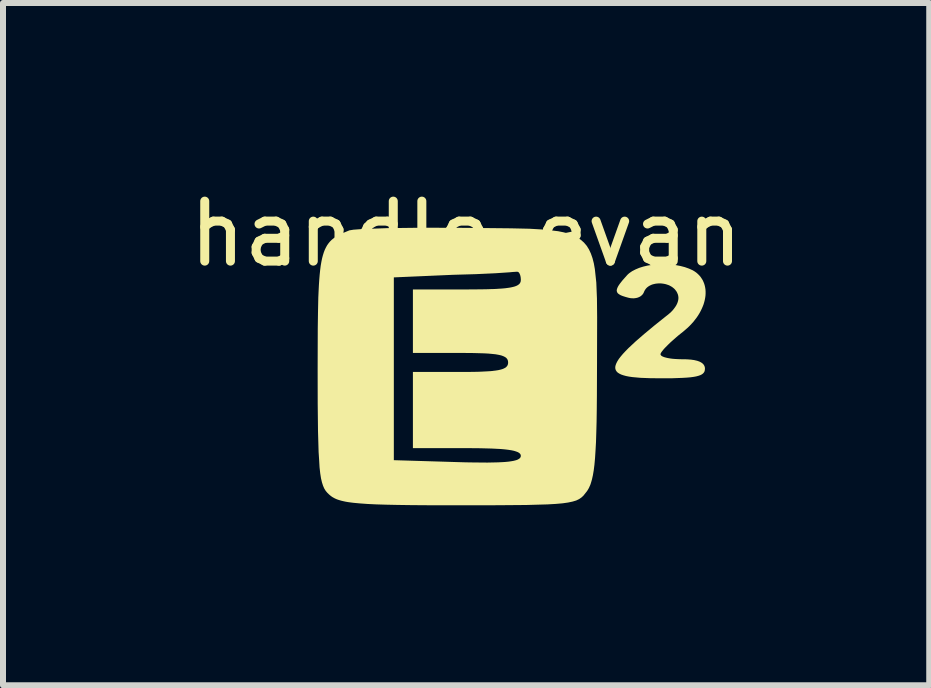
<source format=kicad_pcb>
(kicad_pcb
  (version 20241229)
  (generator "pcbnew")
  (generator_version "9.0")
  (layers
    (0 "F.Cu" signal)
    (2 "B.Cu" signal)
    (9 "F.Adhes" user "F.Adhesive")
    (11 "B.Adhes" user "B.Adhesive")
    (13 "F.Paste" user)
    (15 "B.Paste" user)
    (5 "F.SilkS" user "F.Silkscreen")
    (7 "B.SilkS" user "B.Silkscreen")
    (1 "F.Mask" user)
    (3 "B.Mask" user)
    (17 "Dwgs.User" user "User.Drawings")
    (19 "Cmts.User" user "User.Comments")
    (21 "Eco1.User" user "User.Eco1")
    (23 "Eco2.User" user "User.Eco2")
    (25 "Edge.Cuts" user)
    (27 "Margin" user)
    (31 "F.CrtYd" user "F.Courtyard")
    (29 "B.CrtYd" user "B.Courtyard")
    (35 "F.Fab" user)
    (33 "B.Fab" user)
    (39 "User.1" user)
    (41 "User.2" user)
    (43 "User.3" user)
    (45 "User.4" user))
  (footprint "handle_evan"
    (layer "F.Cu")
    (at 4.69 3.288)
    (property "Reference" "handle_evan" (at 0.03 -2.44 0) (unlocked yes) (layer "F.SilkS") (effects (font (size 1 1) (thickness 0.15))))
    (attr smd)
    (fp_poly (pts (xy 3.368 -1.934) (xy 3.448 -1.929) (xy 3.526 -1.919) (xy 3.603 -1.904) (xy 3.676 -1.885) (xy 3.746 -1.86) (xy 3.81 -1.831) (xy 3.841 -1.812) (xy 3.869 -1.792) (xy 3.894 -1.77) (xy 3.918 -1.746) (xy 3.939 -1.721) (xy 3.957 -1.694) (xy 3.974 -1.667) (xy 3.987 -1.638) (xy 3.999 -1.608) (xy 4.008 -1.577) (xy 4.015 -1.545) (xy 4.02 -1.512) (xy 4.022 -1.478) (xy 4.022 -1.444) (xy 4.02 -1.409) (xy 4.015 -1.373) (xy 4.008 -1.337) (xy 3.999 -1.301) (xy 3.988 -1.264) (xy 3.974 -1.228) (xy 3.958 -1.191) (xy 3.94 -1.154) (xy 3.92 -1.117) (xy 3.898 -1.081) (xy 3.873 -1.044) (xy 3.846 -1.009) (xy 3.818 -0.973) (xy 3.786 -0.938) (xy 3.753 -0.903) (xy 3.718 -0.87) (xy 3.68 -0.837) (xy 3.641 -0.804) (xy 3.603 -0.774) (xy 3.567 -0.745) (xy 3.532 -0.715) (xy 3.498 -0.685) (xy 3.466 -0.657) (xy 3.435 -0.629) (xy 3.406 -0.601) (xy 3.38 -0.575) (xy 3.356 -0.551) (xy 3.334 -0.528) (xy 3.316 -0.507) (xy 3.3 -0.487) (xy 3.287 -0.47) (xy 3.278 -0.455) (xy 3.275 -0.449) (xy 3.272 -0.443) (xy 3.271 -0.438) (xy 3.27 -0.434) (xy 3.271 -0.429) (xy 3.272 -0.424) (xy 3.275 -0.42) (xy 3.278 -0.415) (xy 3.287 -0.406) (xy 3.3 -0.398) (xy 3.316 -0.391) (xy 3.334 -0.384) (xy 3.356 -0.378) (xy 3.38 -0.372) (xy 3.406 -0.367) (xy 3.435 -0.362) (xy 3.466 -0.358) (xy 3.498 -0.355) (xy 3.532 -0.353) (xy 3.567 -0.351) (xy 3.603 -0.35) (xy 3.641 -0.349) (xy 3.664 -0.349) (xy 3.687 -0.349) (xy 3.708 -0.348) (xy 3.73 -0.347) (xy 3.75 -0.345) (xy 3.769 -0.344) (xy 3.788 -0.342) (xy 3.806 -0.339) (xy 3.823 -0.337) (xy 3.839 -0.334) (xy 3.855 -0.33) (xy 3.869 -0.327) (xy 3.884 -0.323) (xy 3.897 -0.319) (xy 3.909 -0.314) (xy 3.921 -0.31) (xy 3.932 -0.304) (xy 3.942 -0.299) (xy 3.952 -0.293) (xy 3.961 -0.287) (xy 3.969 -0.281) (xy 3.976 -0.274) (xy 3.983 -0.267) (xy 3.989 -0.26) (xy 3.994 -0.252) (xy 3.999 -0.244) (xy 4.002 -0.236) (xy 4.006 -0.228) (xy 4.008 -0.219) (xy 4.01 -0.21) (xy 4.011 -0.2) (xy 4.011 -0.19) (xy 4.009 -0.168) (xy 4.004 -0.147) (xy 3.994 -0.129) (xy 3.979 -0.112) (xy 3.959 -0.097) (xy 3.933 -0.084) (xy 3.901 -0.073) (xy 3.863 -0.063) (xy 3.818 -0.055) (xy 3.765 -0.048) (xy 3.705 -0.043) (xy 3.636 -0.039) (xy 3.472 -0.033) (xy 3.27 -0.032) (xy 3.09 -0.034) (xy 2.934 -0.04) (xy 2.803 -0.052) (xy 2.746 -0.06) (xy 2.696 -0.07) (xy 2.652 -0.082) (xy 2.614 -0.095) (xy 2.582 -0.111) (xy 2.556 -0.128) (xy 2.537 -0.148) (xy 2.524 -0.17) (xy 2.517 -0.194) (xy 2.516 -0.221) (xy 2.522 -0.25) (xy 2.534 -0.282) (xy 2.552 -0.317) (xy 2.576 -0.355) (xy 2.607 -0.395) (xy 2.644 -0.439) (xy 2.688 -0.486) (xy 2.737 -0.536) (xy 2.856 -0.647) (xy 3 -0.772) (xy 3.17 -0.913) (xy 3.365 -1.069) (xy 3.396 -1.093) (xy 3.424 -1.117) (xy 3.45 -1.141) (xy 3.473 -1.165) (xy 3.493 -1.19) (xy 3.511 -1.214) (xy 3.519 -1.226) (xy 3.527 -1.238) (xy 3.534 -1.25) (xy 3.54 -1.262) (xy 3.546 -1.274) (xy 3.551 -1.286) (xy 3.555 -1.297) (xy 3.559 -1.309) (xy 3.562 -1.321) (xy 3.565 -1.332) (xy 3.567 -1.343) (xy 3.568 -1.355) (xy 3.569 -1.366) (xy 3.569 -1.377) (xy 3.568 -1.388) (xy 3.567 -1.398) (xy 3.565 -1.409) (xy 3.563 -1.419) (xy 3.56 -1.429) (xy 3.556 -1.439) (xy 3.547 -1.46) (xy 3.537 -1.479) (xy 3.524 -1.496) (xy 3.511 -1.513) (xy 3.496 -1.528) (xy 3.479 -1.542) (xy 3.462 -1.555) (xy 3.443 -1.566) (xy 3.424 -1.577) (xy 3.403 -1.586) (xy 3.382 -1.593) (xy 3.361 -1.6) (xy 3.339 -1.605) (xy 3.317 -1.609) (xy 3.294 -1.612) (xy 3.272 -1.614) (xy 3.249 -1.614) (xy 3.227 -1.613) (xy 3.205 -1.611) (xy 3.183 -1.608) (xy 3.162 -1.603) (xy 3.141 -1.598) (xy 3.121 -1.591) (xy 3.102 -1.582) (xy 3.084 -1.573) (xy 3.067 -1.562) (xy 3.051 -1.55) (xy 3.037 -1.537) (xy 3.024 -1.522) (xy 3.013 -1.506) (xy 3.003 -1.489) (xy 2.995 -1.471) (xy 2.992 -1.463) (xy 2.988 -1.456) (xy 2.984 -1.448) (xy 2.98 -1.441) (xy 2.975 -1.435) (xy 2.97 -1.428) (xy 2.958 -1.416) (xy 2.945 -1.405) (xy 2.931 -1.395) (xy 2.915 -1.387) (xy 2.899 -1.38) (xy 2.881 -1.374) (xy 2.862 -1.37) (xy 2.842 -1.367) (xy 2.821 -1.365) (xy 2.799 -1.366) (xy 2.777 -1.367) (xy 2.754 -1.371) (xy 2.731 -1.376) (xy 2.688 -1.388) (xy 2.65 -1.4) (xy 2.633 -1.406) (xy 2.618 -1.412) (xy 2.604 -1.418) (xy 2.592 -1.425) (xy 2.581 -1.432) (xy 2.571 -1.439) (xy 2.562 -1.446) (xy 2.555 -1.454) (xy 2.55 -1.462) (xy 2.546 -1.471) (xy 2.543 -1.48) (xy 2.541 -1.49) (xy 2.541 -1.5) (xy 2.543 -1.511) (xy 2.545 -1.522) (xy 2.55 -1.534) (xy 2.555 -1.547) (xy 2.562 -1.561) (xy 2.57 -1.575) (xy 2.58 -1.59) (xy 2.591 -1.606) (xy 2.604 -1.623) (xy 2.633 -1.66) (xy 2.669 -1.701) (xy 2.709 -1.746) (xy 2.728 -1.766) (xy 2.749 -1.784) (xy 2.773 -1.801) (xy 2.798 -1.818) (xy 2.854 -1.847) (xy 2.916 -1.873) (xy 2.983 -1.894) (xy 3.055 -1.911) (xy 3.13 -1.923) (xy 3.208 -1.931) (xy 3.288 -1.935)) (stroke (width 0) (type solid)) (fill yes) (layer "F.SilkS"))
    (fp_poly (pts (xy 0 -2.54) (xy 0.776 -2.532) (xy 1.084 -2.525) (xy 1.346 -2.51) (xy 1.563 -2.484) (xy 1.657 -2.465) (xy 1.742 -2.442) (xy 1.817 -2.414) (xy 1.884 -2.38) (xy 1.943 -2.34) (xy 1.995 -2.294) (xy 2.04 -2.241) (xy 2.078 -2.18) (xy 2.11 -2.111) (xy 2.137 -2.034) (xy 2.159 -1.948) (xy 2.176 -1.852) (xy 2.2 -1.629) (xy 2.211 -1.362) (xy 2.214 -1.047) (xy 2.212 -0.254) (xy 2.21 0.266) (xy 2.208 0.49) (xy 2.205 0.691) (xy 2.2 0.871) (xy 2.195 1.032) (xy 2.187 1.174) (xy 2.179 1.299) (xy 2.169 1.409) (xy 2.157 1.504) (xy 2.143 1.586) (xy 2.127 1.657) (xy 2.118 1.688) (xy 2.109 1.718) (xy 2.1 1.745) (xy 2.089 1.769) (xy 2.079 1.792) (xy 2.067 1.814) (xy 2.055 1.834) (xy 2.043 1.852) (xy 1.984 1.926) (xy 1.951 1.956) (xy 1.913 1.982) (xy 1.865 2.005) (xy 1.805 2.023) (xy 1.73 2.039) (xy 1.638 2.052) (xy 1.525 2.062) (xy 1.388 2.07) (xy 1.034 2.08) (xy 0.55 2.084) (xy -0.085 2.085) (xy -0.654 2.084) (xy -0.895 2.082) (xy -1.11 2.079) (xy -1.299 2.075) (xy -1.466 2.07) (xy -1.611 2.063) (xy -1.737 2.054) (xy -1.845 2.044) (xy -1.893 2.038) (xy -1.937 2.032) (xy -1.978 2.025) (xy -2.015 2.017) (xy -2.049 2.009) (xy -2.08 2) (xy -2.109 1.991) (xy -2.135 1.981) (xy -2.159 1.97) (xy -2.181 1.958) (xy -2.202 1.946) (xy -2.22 1.933) (xy -2.238 1.919) (xy -2.254 1.905) (xy -2.284 1.876) (xy -2.311 1.844) (xy -2.335 1.805) (xy -2.355 1.759) (xy -2.373 1.703) (xy -2.389 1.635) (xy -2.402 1.552) (xy -2.413 1.453) (xy -2.42 1.333) (xy -1.175 1.333) (xy -0.116 1.365) (xy 0.026 1.369) (xy 0.157 1.371) (xy 0.276 1.372) (xy 0.384 1.373) (xy 0.481 1.371) (xy 0.567 1.369) (xy 0.644 1.365) (xy 0.678 1.363) (xy 0.71 1.36) (xy 0.74 1.357) (xy 0.768 1.353) (xy 0.793 1.349) (xy 0.816 1.345) (xy 0.837 1.34) (xy 0.856 1.335) (xy 0.873 1.33) (xy 0.888 1.324) (xy 0.901 1.317) (xy 0.912 1.31) (xy 0.922 1.303) (xy 0.929 1.295) (xy 0.935 1.287) (xy 0.939 1.278) (xy 0.941 1.269) (xy 0.942 1.259) (xy 0.939 1.242) (xy 0.93 1.227) (xy 0.914 1.212) (xy 0.892 1.199) (xy 0.863 1.188) (xy 0.828 1.177) (xy 0.785 1.168) (xy 0.734 1.16) (xy 0.676 1.153) (xy 0.611 1.147) (xy 0.455 1.139) (xy 0.266 1.134) (xy 0.042 1.132) (xy -0.857 1.132) (xy -0.857 -0.138) (xy -0.064 -0.138) (xy 0.05 -0.138) (xy 0.153 -0.139) (xy 0.246 -0.141) (xy 0.288 -0.143) (xy 0.328 -0.145) (xy 0.366 -0.147) (xy 0.402 -0.149) (xy 0.435 -0.151) (xy 0.467 -0.154) (xy 0.496 -0.158) (xy 0.523 -0.161) (xy 0.548 -0.165) (xy 0.572 -0.169) (xy 0.593 -0.174) (xy 0.613 -0.179) (xy 0.63 -0.184) (xy 0.647 -0.19) (xy 0.661 -0.197) (xy 0.674 -0.203) (xy 0.686 -0.21) (xy 0.696 -0.218) (xy 0.7 -0.222) (xy 0.704 -0.226) (xy 0.708 -0.23) (xy 0.711 -0.235) (xy 0.715 -0.239) (xy 0.717 -0.244) (xy 0.72 -0.248) (xy 0.722 -0.253) (xy 0.726 -0.263) (xy 0.728 -0.274) (xy 0.73 -0.285) (xy 0.73 -0.296) (xy 0.728 -0.319) (xy 0.722 -0.34) (xy 0.711 -0.358) (xy 0.696 -0.375) (xy 0.674 -0.389) (xy 0.647 -0.402) (xy 0.613 -0.414) (xy 0.572 -0.423) (xy 0.523 -0.432) (xy 0.467 -0.438) (xy 0.402 -0.444) (xy 0.328 -0.448) (xy 0.153 -0.453) (xy -0.064 -0.455) (xy -0.857 -0.455) (xy -0.857 -1.513) (xy 0.042 -1.513) (xy 0.173 -1.514) (xy 0.291 -1.515) (xy 0.397 -1.517) (xy 0.445 -1.519) (xy 0.491 -1.52) (xy 0.534 -1.522) (xy 0.575 -1.525) (xy 0.612 -1.527) (xy 0.648 -1.53) (xy 0.681 -1.533) (xy 0.711 -1.537) (xy 0.74 -1.541) (xy 0.766 -1.545) (xy 0.79 -1.55) (xy 0.812 -1.555) (xy 0.832 -1.56) (xy 0.85 -1.566) (xy 0.866 -1.572) (xy 0.88 -1.579) (xy 0.893 -1.586) (xy 0.904 -1.594) (xy 0.914 -1.602) (xy 0.918 -1.606) (xy 0.921 -1.61) (xy 0.925 -1.615) (xy 0.928 -1.619) (xy 0.931 -1.624) (xy 0.933 -1.629) (xy 0.937 -1.639) (xy 0.94 -1.649) (xy 0.941 -1.661) (xy 0.942 -1.672) (xy 0.942 -1.68) (xy 0.942 -1.688) (xy 0.941 -1.695) (xy 0.94 -1.703) (xy 0.94 -1.71) (xy 0.939 -1.717) (xy 0.938 -1.724) (xy 0.936 -1.731) (xy 0.935 -1.737) (xy 0.933 -1.744) (xy 0.932 -1.75) (xy 0.93 -1.756) (xy 0.928 -1.761) (xy 0.925 -1.767) (xy 0.923 -1.772) (xy 0.921 -1.777) (xy 0.918 -1.781) (xy 0.916 -1.786) (xy 0.913 -1.79) (xy 0.91 -1.793) (xy 0.907 -1.797) (xy 0.904 -1.8) (xy 0.901 -1.802) (xy 0.897 -1.805) (xy 0.894 -1.807) (xy 0.89 -1.808) (xy 0.887 -1.809) (xy 0.883 -1.81) (xy 0.879 -1.811) (xy 0.876 -1.811) (xy 0.872 -1.811) (xy 0.868 -1.81) (xy 0.755 -1.799) (xy 0.517 -1.783) (xy 0.191 -1.768) (xy -0.191 -1.757) (xy -1.175 -1.714) (xy -1.175 1.333) (xy -2.42 1.333) (xy -2.429 1.196) (xy -2.439 0.848) (xy -2.444 0.392) (xy -2.445 -0.19) (xy -2.444 -0.549) (xy -2.443 -0.865) (xy -2.439 -1.141) (xy -2.434 -1.38) (xy -2.429 -1.487) (xy -2.424 -1.586) (xy -2.418 -1.677) (xy -2.411 -1.76) (xy -2.403 -1.837) (xy -2.394 -1.908) (xy -2.383 -1.972) (xy -2.371 -2.031) (xy -2.357 -2.084) (xy -2.342 -2.132) (xy -2.325 -2.176) (xy -2.306 -2.215) (xy -2.286 -2.251) (xy -2.263 -2.283) (xy -2.239 -2.312) (xy -2.213 -2.338) (xy -2.184 -2.362) (xy -2.153 -2.384) (xy -2.12 -2.405) (xy -2.084 -2.424) (xy -2.046 -2.443) (xy -2.005 -2.461) (xy -1.916 -2.498) (xy -1.848 -2.509) (xy -1.716 -2.519) (xy -1.287 -2.535) (xy -0.694 -2.542)) (stroke (width 0) (type solid)) (fill yes) (layer "F.SilkS")))
  (gr_rect
    (start -3 -3)
    (end 12.44 8.373)
    (stroke (width 0.1) (type default))
    (fill no)
    (layer "Edge.Cuts")))
</source>
